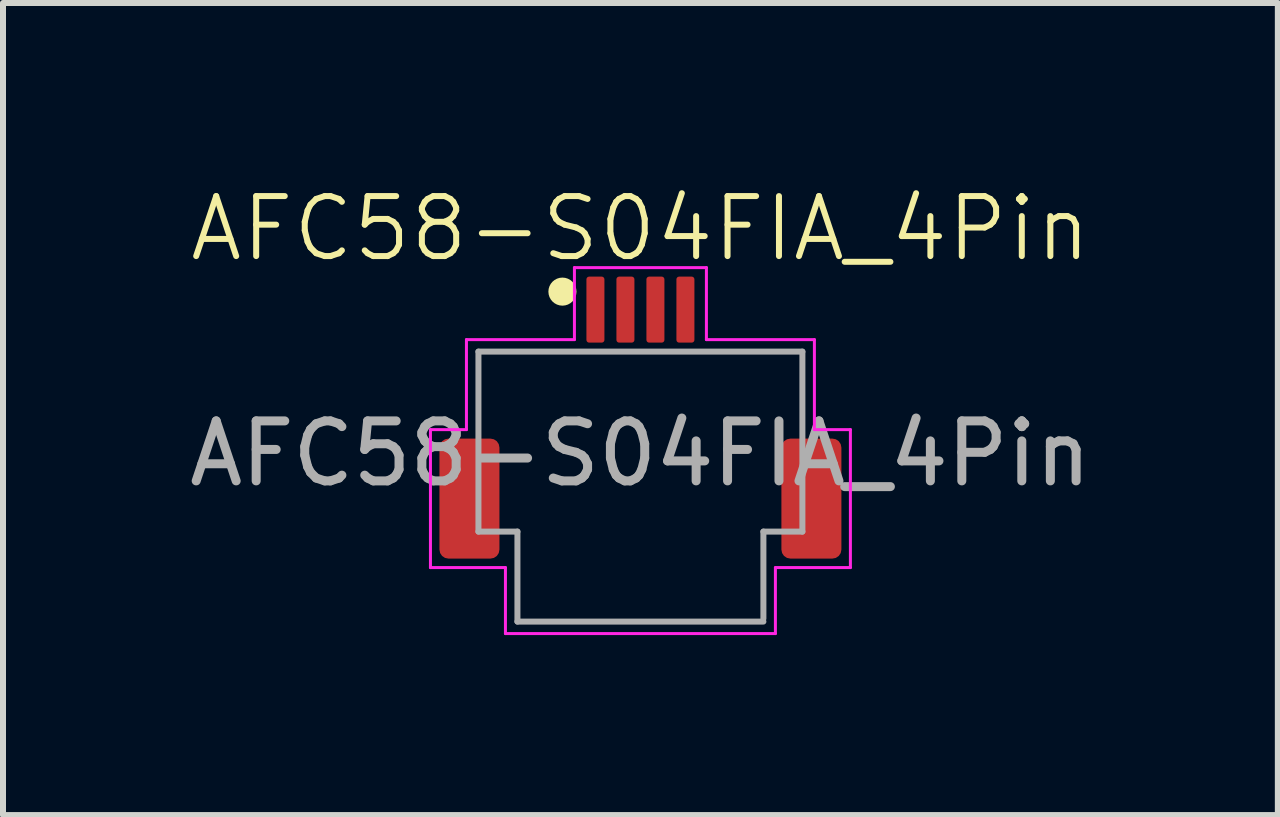
<source format=kicad_pcb>
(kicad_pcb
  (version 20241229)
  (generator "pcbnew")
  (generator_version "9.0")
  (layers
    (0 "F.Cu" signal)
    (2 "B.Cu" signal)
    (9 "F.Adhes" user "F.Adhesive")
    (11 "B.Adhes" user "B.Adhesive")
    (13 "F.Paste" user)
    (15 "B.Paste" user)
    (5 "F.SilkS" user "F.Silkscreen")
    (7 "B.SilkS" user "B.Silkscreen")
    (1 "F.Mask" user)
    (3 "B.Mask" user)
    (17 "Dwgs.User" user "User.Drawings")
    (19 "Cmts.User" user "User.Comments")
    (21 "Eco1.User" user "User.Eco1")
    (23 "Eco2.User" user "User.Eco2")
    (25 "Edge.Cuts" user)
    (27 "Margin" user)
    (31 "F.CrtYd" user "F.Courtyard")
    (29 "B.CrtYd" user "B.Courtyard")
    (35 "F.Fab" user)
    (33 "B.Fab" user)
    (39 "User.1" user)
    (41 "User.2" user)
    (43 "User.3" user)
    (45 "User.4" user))
  (footprint "AFC58-S04FIA_4Pin"
    (layer "F.Cu")
    (at 7.625 2.811)
    (property "Reference" "AFC58-S04FIA_4Pin" (at 0 -2.05 0) (unlocked yes) (layer "F.SilkS") (effects (font (size 1 1) (thickness 0.1))))
    (attr smd)
    (fp_line (start -2.7 0) (end -2.7 1.25) (stroke (width 0.07) (type solid)) (layer "F.SilkS"))
    (fp_line (start -2.2 3) (end -2.05 3) (stroke (width 0.07) (type solid)) (layer "F.SilkS"))
    (fp_line (start -2.05 3) (end -2.05 4.5) (stroke (width 0.07) (type solid)) (layer "F.SilkS"))
    (fp_line (start -1.1 0) (end -2.7 0) (stroke (width 0.07) (type solid)) (layer "F.SilkS"))
    (fp_line (start 2.05 3) (end 2.05 4.5) (stroke (width 0.07) (type solid)) (layer "F.SilkS"))
    (fp_line (start 2.05 3) (end 2.2 3) (stroke (width 0.07) (type solid)) (layer "F.SilkS"))
    (fp_line (start 2.05 4.5) (end -2.05 4.5) (stroke (width 0.07) (type solid)) (layer "F.SilkS"))
    (fp_line (start 2.7 0) (end 1.1 0) (stroke (width 0.07) (type solid)) (layer "F.SilkS"))
    (fp_line (start 2.7 1.25) (end 2.7 0) (stroke (width 0.07) (type solid)) (layer "F.SilkS"))
    (fp_circle (center -1.3 -1) (end -1.144 -1) (stroke (width 0.156) (type solid)) (fill yes) (layer "F.SilkS"))
    (fp_line (start -3.5 1.3) (end -3.5 3.6) (stroke (width 0.05) (type default)) (layer "F.CrtYd"))
    (fp_line (start -3.5 3.6) (end -2.25 3.6) (stroke (width 0.05) (type default)) (layer "F.CrtYd"))
    (fp_line (start -2.9 -0.2) (end -2.9 1.3) (stroke (width 0.05) (type default)) (layer "F.CrtYd"))
    (fp_line (start -2.9 1.3) (end -3.5 1.3) (stroke (width 0.05) (type default)) (layer "F.CrtYd"))
    (fp_line (start -2.25 3.6) (end -2.25 4.7) (stroke (width 0.05) (type default)) (layer "F.CrtYd"))
    (fp_line (start -2.25 4.7) (end 2.25 4.7) (stroke (width 0.05) (type default)) (layer "F.CrtYd"))
    (fp_line (start -1.1 -1.4) (end -1.1 -0.2) (stroke (width 0.05) (type default)) (layer "F.CrtYd"))
    (fp_line (start -1.1 -0.2) (end -2.9 -0.2) (stroke (width 0.05) (type default)) (layer "F.CrtYd"))
    (fp_line (start 1.1 -1.4) (end -1.1 -1.4) (stroke (width 0.05) (type default)) (layer "F.CrtYd"))
    (fp_line (start 1.1 -0.2) (end 1.1 -1.4) (stroke (width 0.05) (type default)) (layer "F.CrtYd"))
    (fp_line (start 2.25 3.6) (end 3.5 3.6) (stroke (width 0.05) (type default)) (layer "F.CrtYd"))
    (fp_line (start 2.25 4.7) (end 2.25 3.6) (stroke (width 0.05) (type default)) (layer "F.CrtYd"))
    (fp_line (start 2.9 -0.2) (end 1.1 -0.2) (stroke (width 0.05) (type default)) (layer "F.CrtYd"))
    (fp_line (start 2.9 1.3) (end 2.9 -0.2) (stroke (width 0.05) (type default)) (layer "F.CrtYd"))
    (fp_line (start 3.5 1.3) (end 2.9 1.3) (stroke (width 0.05) (type default)) (layer "F.CrtYd"))
    (fp_line (start 3.5 3.6) (end 3.5 1.3) (stroke (width 0.05) (type default)) (layer "F.CrtYd"))
    (fp_line (start -2.7 0) (end 2.7 0) (stroke (width 0.1) (type default)) (layer "F.Fab"))
    (fp_line (start -2.7 3) (end -2.7 0) (stroke (width 0.1) (type solid)) (layer "F.Fab"))
    (fp_line (start -2.05 3) (end -2.7 3) (stroke (width 0.1) (type default)) (layer "F.Fab"))
    (fp_line (start -2.05 4.5) (end -2.05 3) (stroke (width 0.1) (type solid)) (layer "F.Fab"))
    (fp_line (start 2.05 3) (end 2.05 4.45) (stroke (width 0.1) (type solid)) (layer "F.Fab"))
    (fp_line (start 2.05 4.5) (end -2.05 4.5) (stroke (width 0.1) (type default)) (layer "F.Fab"))
    (fp_line (start 2.7 0) (end 2.7 3) (stroke (width 0.1) (type solid)) (layer "F.Fab"))
    (fp_line (start 2.7 3) (end 2.05 3) (stroke (width 0.1) (type default)) (layer "F.Fab"))
    (fp_text user "${REFERENCE}" (at 0 1.7 0) (unlocked yes) (layer "F.Fab") (effects (font (size 1 1) (thickness 0.15))))
    (pad "1" smd roundrect (at -0.75 -0.7) (size 0.3 1.1) (layers "F.Cu" "F.Mask" "F.Paste") (roundrect_rratio 0.15))
    (pad "2" smd roundrect (at -0.25 -0.7) (size 0.3 1.1) (layers "F.Cu" "F.Mask" "F.Paste") (roundrect_rratio 0.15))
    (pad "3" smd roundrect (at 0.25 -0.7) (size 0.3 1.1) (layers "F.Cu" "F.Mask" "F.Paste") (roundrect_rratio 0.15))
    (pad "4" smd roundrect (at 0.75 -0.7) (size 0.3 1.1) (layers "F.Cu" "F.Mask" "F.Paste") (roundrect_rratio 0.15))
    (pad "MP" smd roundrect (at -2.85 2.45) (size 1 2) (layers "F.Cu" "F.Mask" "F.Paste") (roundrect_rratio 0.15))
    (pad "MP" smd roundrect (at 2.85 2.45) (size 1 2) (layers "F.Cu" "F.Mask" "F.Paste") (roundrect_rratio 0.15)))
  (gr_rect
    (start -3 -3)
    (end 18.25 10.536)
    (stroke (width 0.1) (type default))
    (fill no)
    (layer "Edge.Cuts")))
</source>
